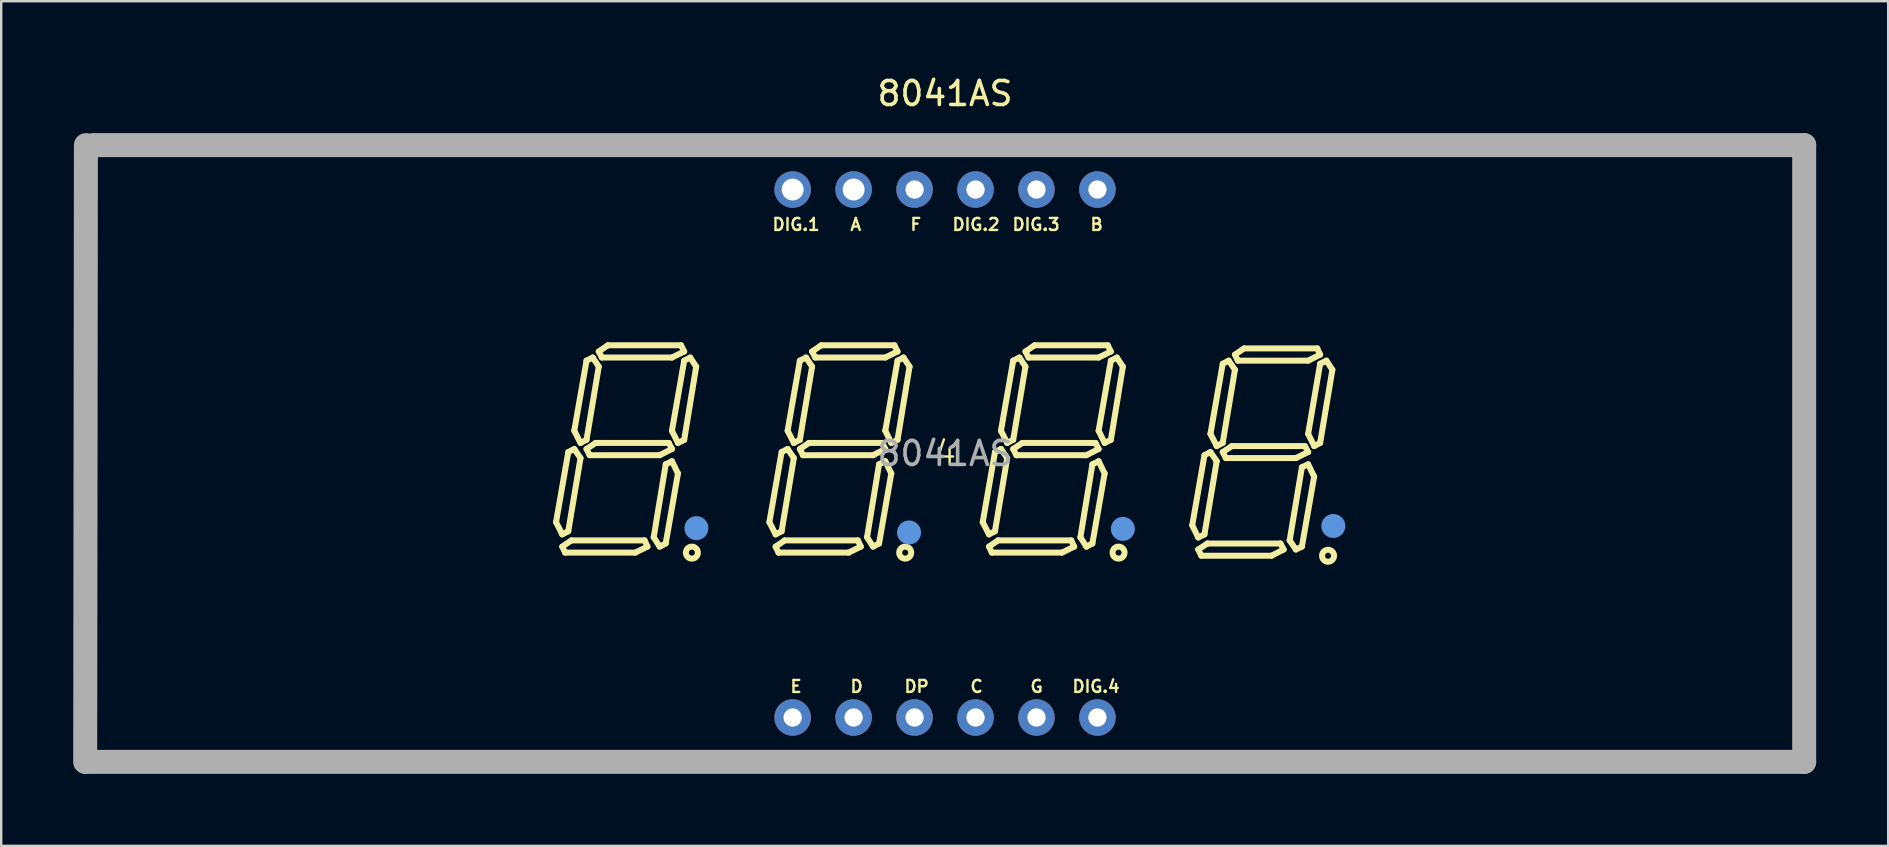
<source format=kicad_pcb>
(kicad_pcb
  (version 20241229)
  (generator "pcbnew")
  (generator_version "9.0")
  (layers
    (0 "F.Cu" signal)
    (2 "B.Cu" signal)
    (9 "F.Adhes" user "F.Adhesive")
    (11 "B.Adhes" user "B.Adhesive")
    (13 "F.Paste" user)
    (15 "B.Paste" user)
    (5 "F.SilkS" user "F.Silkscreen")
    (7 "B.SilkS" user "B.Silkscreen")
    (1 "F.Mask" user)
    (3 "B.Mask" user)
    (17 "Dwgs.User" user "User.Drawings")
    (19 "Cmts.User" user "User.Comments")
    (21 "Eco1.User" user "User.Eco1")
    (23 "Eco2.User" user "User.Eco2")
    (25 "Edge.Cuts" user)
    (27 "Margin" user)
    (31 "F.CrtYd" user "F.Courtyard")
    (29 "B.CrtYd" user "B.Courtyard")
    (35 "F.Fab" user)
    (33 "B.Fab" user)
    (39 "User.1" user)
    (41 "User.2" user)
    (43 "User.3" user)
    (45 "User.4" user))
  (footprint "8041AS"
    (layer "F.Cu")
    (at 36.33 15.848)
    (property "Reference" "8041AS" (at 0 -15 0) (layer "F.SilkS") (effects (font (size 1 1) (thickness 0.15))))
    (property "Digits" "4" (at 0 0 0) (layer "F.SilkS") (effects (font (size 1 1) (thickness 0.1))))
    (attr through_hole)
    (fp_line (start -16.21 2.86) (end -15.7 -0.06) (stroke (width 0.25) (type solid)) (layer "F.SilkS"))
    (fp_line (start -15.95 3.37) (end -16.21 2.86) (stroke (width 0.25) (type solid)) (layer "F.SilkS"))
    (fp_line (start -15.95 3.88) (end -15.83 4.13) (stroke (width 0.25) (type solid)) (layer "F.SilkS"))
    (fp_line (start -15.83 4.13) (end -12.91 4.13) (stroke (width 0.25) (type solid)) (layer "F.SilkS"))
    (fp_line (start -15.7 -0.06) (end -15.45 -0.19) (stroke (width 0.25) (type solid)) (layer "F.SilkS"))
    (fp_line (start -15.7 3.24) (end -15.95 3.37) (stroke (width 0.25) (type solid)) (layer "F.SilkS"))
    (fp_line (start -15.57 3.62) (end -15.95 3.88) (stroke (width 0.25) (type solid)) (layer "F.SilkS"))
    (fp_line (start -15.45 -0.95) (end -14.94 -3.87) (stroke (width 0.25) (type solid)) (layer "F.SilkS"))
    (fp_line (start -15.45 -0.19) (end -15.19 0.19) (stroke (width 0.25) (type solid)) (layer "F.SilkS"))
    (fp_line (start -15.19 -0.44) (end -15.45 -0.95) (stroke (width 0.25) (type solid)) (layer "F.SilkS"))
    (fp_line (start -15.19 0.19) (end -15.7 3.24) (stroke (width 0.25) (type solid)) (layer "F.SilkS"))
    (fp_line (start -14.94 -3.87) (end -14.68 -4) (stroke (width 0.25) (type solid)) (layer "F.SilkS"))
    (fp_line (start -14.94 -0.57) (end -15.19 -0.44) (stroke (width 0.25) (type solid)) (layer "F.SilkS"))
    (fp_line (start -14.94 -0.19) (end -14.81 0.07) (stroke (width 0.25) (type solid)) (layer "F.SilkS"))
    (fp_line (start -14.81 0.07) (end -11.89 0.07) (stroke (width 0.25) (type solid)) (layer "F.SilkS"))
    (fp_line (start -14.68 -4) (end -14.43 -3.62) (stroke (width 0.25) (type solid)) (layer "F.SilkS"))
    (fp_line (start -14.56 -0.44) (end -14.94 -0.19) (stroke (width 0.25) (type solid)) (layer "F.SilkS"))
    (fp_line (start -14.43 -4.25) (end -14.05 -4.51) (stroke (width 0.25) (type solid)) (layer "F.SilkS"))
    (fp_line (start -14.43 -3.62) (end -14.94 -0.57) (stroke (width 0.25) (type solid)) (layer "F.SilkS"))
    (fp_line (start -14.3 -4) (end -14.43 -4.25) (stroke (width 0.25) (type solid)) (layer "F.SilkS"))
    (fp_line (start -14.05 -4.51) (end -11 -4.51) (stroke (width 0.25) (type solid)) (layer "F.SilkS"))
    (fp_line (start -12.91 4.13) (end -12.4 3.88) (stroke (width 0.25) (type solid)) (layer "F.SilkS"))
    (fp_line (start -12.52 3.62) (end -15.57 3.62) (stroke (width 0.25) (type solid)) (layer "F.SilkS"))
    (fp_line (start -12.4 3.88) (end -12.52 3.62) (stroke (width 0.25) (type solid)) (layer "F.SilkS"))
    (fp_line (start -12.14 3.49) (end -11.89 3.88) (stroke (width 0.25) (type solid)) (layer "F.SilkS"))
    (fp_line (start -11.89 0.07) (end -11.38 -0.19) (stroke (width 0.25) (type solid)) (layer "F.SilkS"))
    (fp_line (start -11.89 3.88) (end -11.64 3.75) (stroke (width 0.25) (type solid)) (layer "F.SilkS"))
    (fp_line (start -11.64 0.45) (end -12.14 3.49) (stroke (width 0.25) (type solid)) (layer "F.SilkS"))
    (fp_line (start -11.64 3.75) (end -11.13 0.83) (stroke (width 0.25) (type solid)) (layer "F.SilkS"))
    (fp_line (start -11.51 -0.44) (end -14.56 -0.44) (stroke (width 0.25) (type solid)) (layer "F.SilkS"))
    (fp_line (start -11.38 -4) (end -14.3 -4) (stroke (width 0.25) (type solid)) (layer "F.SilkS"))
    (fp_line (start -11.38 -0.95) (end -10.87 -3.87) (stroke (width 0.25) (type solid)) (layer "F.SilkS"))
    (fp_line (start -11.38 -0.19) (end -11.51 -0.44) (stroke (width 0.25) (type solid)) (layer "F.SilkS"))
    (fp_line (start -11.38 0.32) (end -11.64 0.45) (stroke (width 0.25) (type solid)) (layer "F.SilkS"))
    (fp_line (start -11.13 -0.44) (end -11.38 -0.95) (stroke (width 0.25) (type solid)) (layer "F.SilkS"))
    (fp_line (start -11.13 0.83) (end -11.38 0.32) (stroke (width 0.25) (type solid)) (layer "F.SilkS"))
    (fp_line (start -11 -4.51) (end -10.87 -4.25) (stroke (width 0.25) (type solid)) (layer "F.SilkS"))
    (fp_line (start -10.87 -4.25) (end -11.38 -4) (stroke (width 0.25) (type solid)) (layer "F.SilkS"))
    (fp_line (start -10.87 -3.87) (end -10.62 -4) (stroke (width 0.25) (type solid)) (layer "F.SilkS"))
    (fp_line (start -10.87 -0.57) (end -11.13 -0.44) (stroke (width 0.25) (type solid)) (layer "F.SilkS"))
    (fp_line (start -10.62 -4) (end -10.37 -3.62) (stroke (width 0.25) (type solid)) (layer "F.SilkS"))
    (fp_line (start -10.37 -3.62) (end -10.87 -0.57) (stroke (width 0.25) (type solid)) (layer "F.SilkS"))
    (fp_line (start -7.32 2.86) (end -6.81 -0.06) (stroke (width 0.25) (type solid)) (layer "F.SilkS"))
    (fp_line (start -7.06 3.37) (end -7.32 2.86) (stroke (width 0.25) (type solid)) (layer "F.SilkS"))
    (fp_line (start -7.06 3.88) (end -6.94 4.13) (stroke (width 0.25) (type solid)) (layer "F.SilkS"))
    (fp_line (start -6.94 4.13) (end -4.02 4.13) (stroke (width 0.25) (type solid)) (layer "F.SilkS"))
    (fp_line (start -6.81 -0.06) (end -6.56 -0.19) (stroke (width 0.25) (type solid)) (layer "F.SilkS"))
    (fp_line (start -6.81 3.24) (end -7.06 3.37) (stroke (width 0.25) (type solid)) (layer "F.SilkS"))
    (fp_line (start -6.68 3.62) (end -7.06 3.88) (stroke (width 0.25) (type solid)) (layer "F.SilkS"))
    (fp_line (start -6.56 -0.95) (end -6.05 -3.87) (stroke (width 0.25) (type solid)) (layer "F.SilkS"))
    (fp_line (start -6.56 -0.19) (end -6.3 0.19) (stroke (width 0.25) (type solid)) (layer "F.SilkS"))
    (fp_line (start -6.3 -0.44) (end -6.56 -0.95) (stroke (width 0.25) (type solid)) (layer "F.SilkS"))
    (fp_line (start -6.3 0.19) (end -6.81 3.24) (stroke (width 0.25) (type solid)) (layer "F.SilkS"))
    (fp_line (start -6.05 -3.87) (end -5.79 -4) (stroke (width 0.25) (type solid)) (layer "F.SilkS"))
    (fp_line (start -6.05 -0.57) (end -6.3 -0.44) (stroke (width 0.25) (type solid)) (layer "F.SilkS"))
    (fp_line (start -6.05 -0.19) (end -5.92 0.07) (stroke (width 0.25) (type solid)) (layer "F.SilkS"))
    (fp_line (start -5.92 0.07) (end -3 0.07) (stroke (width 0.25) (type solid)) (layer "F.SilkS"))
    (fp_line (start -5.79 -4) (end -5.54 -3.62) (stroke (width 0.25) (type solid)) (layer "F.SilkS"))
    (fp_line (start -5.67 -0.44) (end -6.05 -0.19) (stroke (width 0.25) (type solid)) (layer "F.SilkS"))
    (fp_line (start -5.54 -4.25) (end -5.16 -4.51) (stroke (width 0.25) (type solid)) (layer "F.SilkS"))
    (fp_line (start -5.54 -3.62) (end -6.05 -0.57) (stroke (width 0.25) (type solid)) (layer "F.SilkS"))
    (fp_line (start -5.41 -4) (end -5.54 -4.25) (stroke (width 0.25) (type solid)) (layer "F.SilkS"))
    (fp_line (start -5.16 -4.51) (end -2.11 -4.51) (stroke (width 0.25) (type solid)) (layer "F.SilkS"))
    (fp_line (start -4.02 4.13) (end -3.51 3.88) (stroke (width 0.25) (type solid)) (layer "F.SilkS"))
    (fp_line (start -3.63 3.62) (end -6.68 3.62) (stroke (width 0.25) (type solid)) (layer "F.SilkS"))
    (fp_line (start -3.51 3.88) (end -3.63 3.62) (stroke (width 0.25) (type solid)) (layer "F.SilkS"))
    (fp_line (start -3.25 3.49) (end -3 3.88) (stroke (width 0.25) (type solid)) (layer "F.SilkS"))
    (fp_line (start -3 0.07) (end -2.49 -0.19) (stroke (width 0.25) (type solid)) (layer "F.SilkS"))
    (fp_line (start -3 3.88) (end -2.75 3.75) (stroke (width 0.25) (type solid)) (layer "F.SilkS"))
    (fp_line (start -2.75 0.45) (end -3.25 3.49) (stroke (width 0.25) (type solid)) (layer "F.SilkS"))
    (fp_line (start -2.75 3.75) (end -2.24 0.83) (stroke (width 0.25) (type solid)) (layer "F.SilkS"))
    (fp_line (start -2.62 -0.44) (end -5.67 -0.44) (stroke (width 0.25) (type solid)) (layer "F.SilkS"))
    (fp_line (start -2.49 -4) (end -5.41 -4) (stroke (width 0.25) (type solid)) (layer "F.SilkS"))
    (fp_line (start -2.49 -0.95) (end -1.98 -3.87) (stroke (width 0.25) (type solid)) (layer "F.SilkS"))
    (fp_line (start -2.49 -0.19) (end -2.62 -0.44) (stroke (width 0.25) (type solid)) (layer "F.SilkS"))
    (fp_line (start -2.49 0.32) (end -2.75 0.45) (stroke (width 0.25) (type solid)) (layer "F.SilkS"))
    (fp_line (start -2.24 -0.44) (end -2.49 -0.95) (stroke (width 0.25) (type solid)) (layer "F.SilkS"))
    (fp_line (start -2.24 0.83) (end -2.49 0.32) (stroke (width 0.25) (type solid)) (layer "F.SilkS"))
    (fp_line (start -2.11 -4.51) (end -1.98 -4.25) (stroke (width 0.25) (type solid)) (layer "F.SilkS"))
    (fp_line (start -1.98 -4.25) (end -2.49 -4) (stroke (width 0.25) (type solid)) (layer "F.SilkS"))
    (fp_line (start -1.98 -3.87) (end -1.73 -4) (stroke (width 0.25) (type solid)) (layer "F.SilkS"))
    (fp_line (start -1.98 -0.57) (end -2.24 -0.44) (stroke (width 0.25) (type solid)) (layer "F.SilkS"))
    (fp_line (start -1.73 -4) (end -1.48 -3.62) (stroke (width 0.25) (type solid)) (layer "F.SilkS"))
    (fp_line (start -1.48 -3.62) (end -1.98 -0.57) (stroke (width 0.25) (type solid)) (layer "F.SilkS"))
    (fp_line (start 1.57 2.86) (end 2.08 -0.06) (stroke (width 0.25) (type solid)) (layer "F.SilkS"))
    (fp_line (start 1.83 3.37) (end 1.57 2.86) (stroke (width 0.25) (type solid)) (layer "F.SilkS"))
    (fp_line (start 1.83 3.88) (end 1.95 4.13) (stroke (width 0.25) (type solid)) (layer "F.SilkS"))
    (fp_line (start 1.95 4.13) (end 4.87 4.13) (stroke (width 0.25) (type solid)) (layer "F.SilkS"))
    (fp_line (start 2.08 -0.06) (end 2.33 -0.19) (stroke (width 0.25) (type solid)) (layer "F.SilkS"))
    (fp_line (start 2.08 3.24) (end 1.83 3.37) (stroke (width 0.25) (type solid)) (layer "F.SilkS"))
    (fp_line (start 2.21 3.62) (end 1.83 3.88) (stroke (width 0.25) (type solid)) (layer "F.SilkS"))
    (fp_line (start 2.33 -0.95) (end 2.84 -3.87) (stroke (width 0.25) (type solid)) (layer "F.SilkS"))
    (fp_line (start 2.33 -0.19) (end 2.59 0.19) (stroke (width 0.25) (type solid)) (layer "F.SilkS"))
    (fp_line (start 2.59 -0.44) (end 2.33 -0.95) (stroke (width 0.25) (type solid)) (layer "F.SilkS"))
    (fp_line (start 2.59 0.19) (end 2.08 3.24) (stroke (width 0.25) (type solid)) (layer "F.SilkS"))
    (fp_line (start 2.84 -3.87) (end 3.1 -4) (stroke (width 0.25) (type solid)) (layer "F.SilkS"))
    (fp_line (start 2.84 -0.57) (end 2.59 -0.44) (stroke (width 0.25) (type solid)) (layer "F.SilkS"))
    (fp_line (start 2.84 -0.19) (end 2.97 0.07) (stroke (width 0.25) (type solid)) (layer "F.SilkS"))
    (fp_line (start 2.97 0.07) (end 5.89 0.07) (stroke (width 0.25) (type solid)) (layer "F.SilkS"))
    (fp_line (start 3.1 -4) (end 3.35 -3.62) (stroke (width 0.25) (type solid)) (layer "F.SilkS"))
    (fp_line (start 3.22 -0.44) (end 2.84 -0.19) (stroke (width 0.25) (type solid)) (layer "F.SilkS"))
    (fp_line (start 3.35 -4.25) (end 3.73 -4.51) (stroke (width 0.25) (type solid)) (layer "F.SilkS"))
    (fp_line (start 3.35 -3.62) (end 2.84 -0.57) (stroke (width 0.25) (type solid)) (layer "F.SilkS"))
    (fp_line (start 3.48 -4) (end 3.35 -4.25) (stroke (width 0.25) (type solid)) (layer "F.SilkS"))
    (fp_line (start 3.73 -4.51) (end 6.78 -4.51) (stroke (width 0.25) (type solid)) (layer "F.SilkS"))
    (fp_line (start 4.87 4.13) (end 5.38 3.88) (stroke (width 0.25) (type solid)) (layer "F.SilkS"))
    (fp_line (start 5.26 3.62) (end 2.21 3.62) (stroke (width 0.25) (type solid)) (layer "F.SilkS"))
    (fp_line (start 5.38 3.88) (end 5.26 3.62) (stroke (width 0.25) (type solid)) (layer "F.SilkS"))
    (fp_line (start 5.64 3.49) (end 5.89 3.88) (stroke (width 0.25) (type solid)) (layer "F.SilkS"))
    (fp_line (start 5.89 0.07) (end 6.4 -0.19) (stroke (width 0.25) (type solid)) (layer "F.SilkS"))
    (fp_line (start 5.89 3.88) (end 6.14 3.75) (stroke (width 0.25) (type solid)) (layer "F.SilkS"))
    (fp_line (start 6.14 0.45) (end 5.64 3.49) (stroke (width 0.25) (type solid)) (layer "F.SilkS"))
    (fp_line (start 6.14 3.75) (end 6.65 0.83) (stroke (width 0.25) (type solid)) (layer "F.SilkS"))
    (fp_line (start 6.27 -0.44) (end 3.22 -0.44) (stroke (width 0.25) (type solid)) (layer "F.SilkS"))
    (fp_line (start 6.4 -4) (end 3.48 -4) (stroke (width 0.25) (type solid)) (layer "F.SilkS"))
    (fp_line (start 6.4 -0.95) (end 6.91 -3.87) (stroke (width 0.25) (type solid)) (layer "F.SilkS"))
    (fp_line (start 6.4 -0.19) (end 6.27 -0.44) (stroke (width 0.25) (type solid)) (layer "F.SilkS"))
    (fp_line (start 6.4 0.32) (end 6.14 0.45) (stroke (width 0.25) (type solid)) (layer "F.SilkS"))
    (fp_line (start 6.65 -0.44) (end 6.4 -0.95) (stroke (width 0.25) (type solid)) (layer "F.SilkS"))
    (fp_line (start 6.65 0.83) (end 6.4 0.32) (stroke (width 0.25) (type solid)) (layer "F.SilkS"))
    (fp_line (start 6.78 -4.51) (end 6.91 -4.25) (stroke (width 0.25) (type solid)) (layer "F.SilkS"))
    (fp_line (start 6.91 -4.25) (end 6.4 -4) (stroke (width 0.25) (type solid)) (layer "F.SilkS"))
    (fp_line (start 6.91 -3.87) (end 7.16 -4) (stroke (width 0.25) (type solid)) (layer "F.SilkS"))
    (fp_line (start 6.91 -0.57) (end 6.65 -0.44) (stroke (width 0.25) (type solid)) (layer "F.SilkS"))
    (fp_line (start 7.16 -4) (end 7.41 -3.62) (stroke (width 0.25) (type solid)) (layer "F.SilkS"))
    (fp_line (start 7.41 -3.62) (end 6.91 -0.57) (stroke (width 0.25) (type solid)) (layer "F.SilkS"))
    (fp_line (start 10.3 2.99) (end 10.81 0.07) (stroke (width 0.25) (type solid)) (layer "F.SilkS"))
    (fp_line (start 10.55 3.5) (end 10.3 2.99) (stroke (width 0.25) (type solid)) (layer "F.SilkS"))
    (fp_line (start 10.55 4) (end 10.68 4.26) (stroke (width 0.25) (type solid)) (layer "F.SilkS"))
    (fp_line (start 10.68 4.26) (end 13.6 4.26) (stroke (width 0.25) (type solid)) (layer "F.SilkS"))
    (fp_line (start 10.81 0.07) (end 11.06 -0.06) (stroke (width 0.25) (type solid)) (layer "F.SilkS"))
    (fp_line (start 10.81 3.37) (end 10.55 3.5) (stroke (width 0.25) (type solid)) (layer "F.SilkS"))
    (fp_line (start 10.93 3.75) (end 10.55 4) (stroke (width 0.25) (type solid)) (layer "F.SilkS"))
    (fp_line (start 11.06 -0.82) (end 11.57 -3.74) (stroke (width 0.25) (type solid)) (layer "F.SilkS"))
    (fp_line (start 11.06 -0.06) (end 11.32 0.32) (stroke (width 0.25) (type solid)) (layer "F.SilkS"))
    (fp_line (start 11.32 -0.31) (end 11.06 -0.82) (stroke (width 0.25) (type solid)) (layer "F.SilkS"))
    (fp_line (start 11.32 0.32) (end 10.81 3.37) (stroke (width 0.25) (type solid)) (layer "F.SilkS"))
    (fp_line (start 11.57 -3.74) (end 11.82 -3.87) (stroke (width 0.25) (type solid)) (layer "F.SilkS"))
    (fp_line (start 11.57 -0.44) (end 11.32 -0.31) (stroke (width 0.25) (type solid)) (layer "F.SilkS"))
    (fp_line (start 11.57 -0.06) (end 11.7 0.19) (stroke (width 0.25) (type solid)) (layer "F.SilkS"))
    (fp_line (start 11.7 0.19) (end 14.62 0.19) (stroke (width 0.25) (type solid)) (layer "F.SilkS"))
    (fp_line (start 11.82 -3.87) (end 12.08 -3.49) (stroke (width 0.25) (type solid)) (layer "F.SilkS"))
    (fp_line (start 11.95 -0.31) (end 11.57 -0.06) (stroke (width 0.25) (type solid)) (layer "F.SilkS"))
    (fp_line (start 12.08 -4.12) (end 12.46 -4.38) (stroke (width 0.25) (type solid)) (layer "F.SilkS"))
    (fp_line (start 12.08 -3.49) (end 11.57 -0.44) (stroke (width 0.25) (type solid)) (layer "F.SilkS"))
    (fp_line (start 12.2 -3.87) (end 12.08 -4.12) (stroke (width 0.25) (type solid)) (layer "F.SilkS"))
    (fp_line (start 12.46 -4.38) (end 15.51 -4.38) (stroke (width 0.25) (type solid)) (layer "F.SilkS"))
    (fp_line (start 13.6 4.26) (end 14.11 4) (stroke (width 0.25) (type solid)) (layer "F.SilkS"))
    (fp_line (start 13.98 3.75) (end 10.93 3.75) (stroke (width 0.25) (type solid)) (layer "F.SilkS"))
    (fp_line (start 14.11 4) (end 13.98 3.75) (stroke (width 0.25) (type solid)) (layer "F.SilkS"))
    (fp_line (start 14.36 3.62) (end 14.62 4) (stroke (width 0.25) (type solid)) (layer "F.SilkS"))
    (fp_line (start 14.62 0.19) (end 15.13 -0.06) (stroke (width 0.25) (type solid)) (layer "F.SilkS"))
    (fp_line (start 14.62 4) (end 14.87 3.88) (stroke (width 0.25) (type solid)) (layer "F.SilkS"))
    (fp_line (start 14.87 0.57) (end 14.36 3.62) (stroke (width 0.25) (type solid)) (layer "F.SilkS"))
    (fp_line (start 14.87 3.88) (end 15.38 0.96) (stroke (width 0.25) (type solid)) (layer "F.SilkS"))
    (fp_line (start 15 -0.31) (end 11.95 -0.31) (stroke (width 0.25) (type solid)) (layer "F.SilkS"))
    (fp_line (start 15.13 -3.87) (end 12.2 -3.87) (stroke (width 0.25) (type solid)) (layer "F.SilkS"))
    (fp_line (start 15.13 -0.82) (end 15.63 -3.74) (stroke (width 0.25) (type solid)) (layer "F.SilkS"))
    (fp_line (start 15.13 -0.06) (end 15 -0.31) (stroke (width 0.25) (type solid)) (layer "F.SilkS"))
    (fp_line (start 15.13 0.45) (end 14.87 0.57) (stroke (width 0.25) (type solid)) (layer "F.SilkS"))
    (fp_line (start 15.38 -0.31) (end 15.13 -0.82) (stroke (width 0.25) (type solid)) (layer "F.SilkS"))
    (fp_line (start 15.38 0.96) (end 15.13 0.45) (stroke (width 0.25) (type solid)) (layer "F.SilkS"))
    (fp_line (start 15.51 -4.38) (end 15.63 -4.12) (stroke (width 0.25) (type solid)) (layer "F.SilkS"))
    (fp_line (start 15.63 -4.12) (end 15.13 -3.87) (stroke (width 0.25) (type solid)) (layer "F.SilkS"))
    (fp_line (start 15.63 -3.74) (end 15.89 -3.87) (stroke (width 0.25) (type solid)) (layer "F.SilkS"))
    (fp_line (start 15.63 -0.44) (end 15.38 -0.31) (stroke (width 0.25) (type solid)) (layer "F.SilkS"))
    (fp_line (start 15.89 -3.87) (end 16.14 -3.49) (stroke (width 0.25) (type solid)) (layer "F.SilkS"))
    (fp_line (start 16.14 -3.49) (end 15.63 -0.44) (stroke (width 0.25) (type solid)) (layer "F.SilkS"))
    (fp_arc (start -10.54 3.88) (mid -10.555002 4.38015) (end -10.549997 3.8798) (stroke (width 0.25) (type solid)) (layer "F.SilkS"))
    (fp_arc (start -1.65 3.88) (mid -1.665002 4.38015) (end -1.659997 3.8798) (stroke (width 0.25) (type solid)) (layer "F.SilkS"))
    (fp_arc (start 7.24 3.88) (mid 7.224998 4.38015) (end 7.230003 3.8798) (stroke (width 0.25) (type solid)) (layer "F.SilkS"))
    (fp_arc (start 15.97 4.01) (mid 15.954998 4.51015) (end 15.960003 4.0098) (stroke (width 0.25) (type solid)) (layer "F.SilkS"))
    (fp_circle (center -10.36 3.11) (end -10.11 3.11) (stroke (width 0.5) (type solid)) (fill no) (layer "Cmts.User"))
    (fp_circle (center -1.5 3.29) (end -1.25 3.29) (stroke (width 0.5) (type solid)) (fill no) (layer "Cmts.User"))
    (fp_circle (center 7.41 3.14) (end 7.66 3.14) (stroke (width 0.5) (type solid)) (fill no) (layer "Cmts.User"))
    (fp_circle (center 16.18 3.02) (end 16.43 3.02) (stroke (width 0.5) (type solid)) (fill no) (layer "Cmts.User"))
    (fp_line (start -35.8 -12.85) (end -35.83 12.85) (stroke (width 1) (type solid)) (layer "F.Fab"))
    (fp_line (start -35.5 -12.85) (end 35.8 -12.85) (stroke (width 1) (type solid)) (layer "F.Fab"))
    (fp_line (start 35.8 -12.85) (end 35.8 12.85) (stroke (width 1) (type solid)) (layer "F.Fab"))
    (fp_line (start 35.8 12.85) (end -35.8 12.85) (stroke (width 1) (type solid)) (layer "F.Fab"))
    (fp_circle (center -35.8 12.85) (end -35.77 12.85) (stroke (width 0.06) (type solid)) (fill no) (layer "F.Fab"))
    (fp_circle (center -6.35 -11) (end -6.22 -11) (stroke (width 0.25) (type solid)) (fill no) (layer "F.Fab"))
    (fp_circle (center -6.35 11) (end -6.22 11) (stroke (width 0.25) (type solid)) (fill no) (layer "F.Fab"))
    (fp_circle (center -3.81 -11) (end -3.68 -11) (stroke (width 0.25) (type solid)) (fill no) (layer "F.Fab"))
    (fp_circle (center -3.81 11) (end -3.68 11) (stroke (width 0.25) (type solid)) (fill no) (layer "F.Fab"))
    (fp_circle (center -1.27 -11) (end -1.14 -11) (stroke (width 0.25) (type solid)) (fill no) (layer "F.Fab"))
    (fp_circle (center -1.27 11) (end -1.14 11) (stroke (width 0.25) (type solid)) (fill no) (layer "F.Fab"))
    (fp_circle (center 1.27 -11) (end 1.4 -11) (stroke (width 0.25) (type solid)) (fill no) (layer "F.Fab"))
    (fp_circle (center 1.27 11) (end 1.4 11) (stroke (width 0.25) (type solid)) (fill no) (layer "F.Fab"))
    (fp_circle (center 3.81 -11) (end 3.94 -11) (stroke (width 0.25) (type solid)) (fill no) (layer "F.Fab"))
    (fp_circle (center 3.81 11) (end 3.94 11) (stroke (width 0.25) (type solid)) (fill no) (layer "F.Fab"))
    (fp_circle (center 6.35 -11) (end 6.48 -11) (stroke (width 0.25) (type solid)) (fill no) (layer "F.Fab"))
    (fp_circle (center 6.35 11) (end 6.48 11) (stroke (width 0.25) (type solid)) (fill no) (layer "F.Fab"))
    (fp_text user "DP" (at -1.75 10 0) (unlocked yes) (layer "F.SilkS") (effects (font (size 0.5 0.5) (thickness 0.1)) (justify left bottom)))
    (fp_text user "D" (at -4 10 0) (unlocked yes) (layer "F.SilkS") (effects (font (size 0.5 0.5) (thickness 0.1)) (justify left bottom)))
    (fp_text user "DIG.1" (at -7.25 -9.25 0) (unlocked yes) (layer "F.SilkS") (effects (font (size 0.5 0.5) (thickness 0.1)) (justify left bottom)))
    (fp_text user "A" (at -4 -9.25 0) (unlocked yes) (layer "F.SilkS") (effects (font (size 0.5 0.5) (thickness 0.1)) (justify left bottom)))
    (fp_text user "DIG.3" (at 2.75 -9.25 0) (unlocked yes) (layer "F.SilkS") (effects (font (size 0.5 0.5) (thickness 0.1)) (justify left bottom)))
    (fp_text user "DIG.2" (at 0.25 -9.25 0) (unlocked yes) (layer "F.SilkS") (effects (font (size 0.5 0.5) (thickness 0.1)) (justify left bottom)))
    (fp_text user "C" (at 1 10 0) (unlocked yes) (layer "F.SilkS") (effects (font (size 0.5 0.5) (thickness 0.1)) (justify left bottom)))
    (fp_text user "B" (at 6 -9.25 0) (unlocked yes) (layer "F.SilkS") (effects (font (size 0.5 0.5) (thickness 0.1)) (justify left bottom)))
    (fp_text user "G" (at 3.5 10 0) (unlocked yes) (layer "F.SilkS") (effects (font (size 0.5 0.5) (thickness 0.1)) (justify left bottom)))
    (fp_text user "E" (at -6.5 10 0) (unlocked yes) (layer "F.SilkS") (effects (font (size 0.5 0.5) (thickness 0.1) (bold yes)) (justify left bottom)))
    (fp_text user "DIG.4" (at 5.25 10 0) (unlocked yes) (layer "F.SilkS") (effects (font (size 0.5 0.5) (thickness 0.1) (bold yes)) (justify left bottom)))
    (fp_text user "F" (at -1.5 -9.25 0) (unlocked yes) (layer "F.SilkS") (effects (font (size 0.5 0.5) (thickness 0.1)) (justify left bottom)))
    (fp_text user "${REFERENCE}" (at 0 0 0) (layer "F.Fab") (effects (font (size 1 1) (thickness 0.15))))
    (pad "1" thru_hole circle (at -6.35 11) (size 1.52 1.52) (drill 0.762) (layers "*.Cu" "*.Mask"))
    (pad "2" thru_hole circle (at -3.81 11) (size 1.52 1.52) (drill 0.762) (layers "*.Cu" "*.Mask"))
    (pad "3" thru_hole circle (at -1.27 11) (size 1.52 1.52) (drill 0.762) (layers "*.Cu" "*.Mask"))
    (pad "4" thru_hole circle (at 1.27 11) (size 1.52 1.52) (drill 0.762) (layers "*.Cu" "*.Mask"))
    (pad "5" thru_hole circle (at 3.81 11) (size 1.52 1.52) (drill 0.762) (layers "*.Cu" "*.Mask"))
    (pad "6" thru_hole circle (at 6.35 11) (size 1.52 1.52) (drill 0.762) (layers "*.Cu" "*.Mask"))
    (pad "7" thru_hole circle (at 6.35 -11) (size 1.52 1.52) (drill 0.762) (layers "*.Cu" "*.Mask"))
    (pad "8" thru_hole circle (at 3.81 -11) (size 1.52 1.52) (drill 0.762) (layers "*.Cu" "*.Mask"))
    (pad "9" thru_hole circle (at 1.27 -11) (size 1.52 1.52) (drill 0.762) (layers "*.Cu" "*.Mask"))
    (pad "10" thru_hole circle (at -1.27 -11) (size 1.52 1.52) (drill 0.762) (layers "*.Cu" "*.Mask"))
    (pad "11" thru_hole circle (at -3.81 -11) (size 1.52 1.52) (drill 0.914) (layers "*.Cu" "*.Mask"))
    (pad "12" thru_hole circle (at -6.35 -11) (size 1.52 1.52) (drill 0.914) (layers "*.Cu" "*.Mask")))
  (gr_rect
    (start -3 -3)
    (end 75.63 32.198)
    (stroke (width 0.1) (type default))
    (fill no)
    (layer "Edge.Cuts")))
</source>
